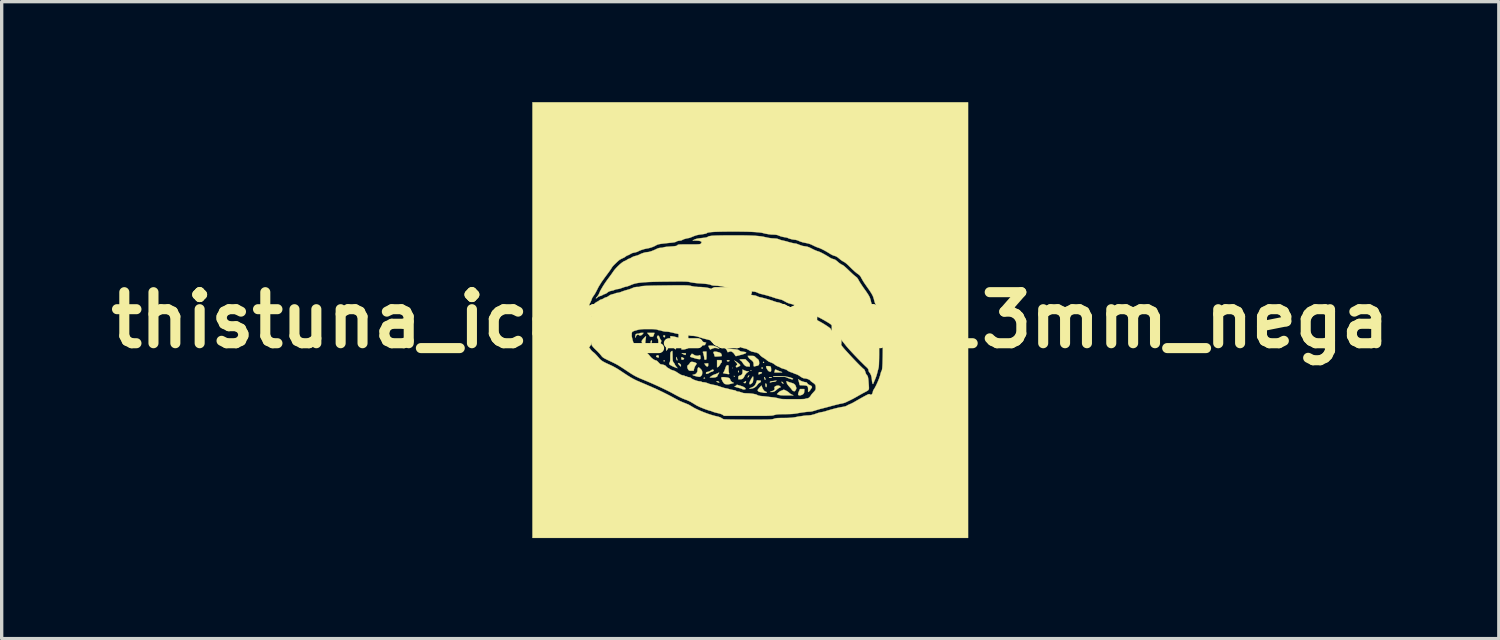
<source format=kicad_pcb>
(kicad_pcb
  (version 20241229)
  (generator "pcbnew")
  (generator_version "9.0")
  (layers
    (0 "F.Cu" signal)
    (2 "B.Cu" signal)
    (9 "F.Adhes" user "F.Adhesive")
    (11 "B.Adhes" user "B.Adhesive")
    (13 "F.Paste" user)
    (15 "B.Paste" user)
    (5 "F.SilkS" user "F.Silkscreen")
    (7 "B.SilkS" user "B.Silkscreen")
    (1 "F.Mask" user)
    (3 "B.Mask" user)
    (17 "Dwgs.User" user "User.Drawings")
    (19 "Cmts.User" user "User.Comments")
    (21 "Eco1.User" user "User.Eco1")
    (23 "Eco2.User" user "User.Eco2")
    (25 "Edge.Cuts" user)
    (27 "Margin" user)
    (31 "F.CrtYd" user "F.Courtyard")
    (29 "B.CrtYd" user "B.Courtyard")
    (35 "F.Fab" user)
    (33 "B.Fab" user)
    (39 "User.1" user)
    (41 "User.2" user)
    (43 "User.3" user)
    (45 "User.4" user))
  (footprint "thistuna_icon_13mmx13mm_nega"
    (layer "F.Cu")
    (at 19.348 6.507)
    (property "Reference" "thistuna_icon_13mmx13mm_nega" (at 0 0 0) (layer "F.SilkS") (effects (font (size 1.524 1.524) (thickness 0.3))))
    (attr through_hole)
    (fp_poly (pts (xy -1.778 0.578) (xy -1.784 0.584) (xy -1.791 0.578) (xy -1.784 0.572) (xy -1.778 0.578)) (stroke (width 0.01) (type solid)) (fill yes) (layer "F.SilkS"))
    (fp_poly (pts (xy -1.689 0.794) (xy -1.695 0.8) (xy -1.702 0.794) (xy -1.695 0.787) (xy -1.689 0.794)) (stroke (width 0.01) (type solid)) (fill yes) (layer "F.SilkS"))
    (fp_poly (pts (xy -0.521 1.429) (xy -0.527 1.435) (xy -0.533 1.429) (xy -0.527 1.422) (xy -0.521 1.429)) (stroke (width 0.01) (type solid)) (fill yes) (layer "F.SilkS"))
    (fp_poly (pts (xy 0.035 1.504) (xy 0.031 1.509) (xy 0.018 1.51) (xy 0.004 1.507) (xy 0.01 1.503) (xy 0.03 1.501) (xy 0.035 1.504)) (stroke (width 0.01) (type solid)) (fill yes) (layer "F.SilkS"))
    (fp_poly (pts (xy 0.405 1.248) (xy 0.412 1.256) (xy 0.409 1.269) (xy 0.4 1.275) (xy 0.384 1.273) (xy 0.381 1.263) (xy 0.389 1.246) (xy 0.405 1.248)) (stroke (width 0.01) (type solid)) (fill yes) (layer "F.SilkS"))
    (fp_poly (pts (xy -2.565 1.204) (xy -2.561 1.213) (xy -2.563 1.229) (xy -2.572 1.232) (xy -2.584 1.223) (xy -2.583 1.213) (xy -2.574 1.196) (xy -2.572 1.194) (xy -2.565 1.204)) (stroke (width 0.01) (type solid)) (fill yes) (layer "F.SilkS"))
    (fp_poly (pts (xy -2.189 1.141) (xy -2.177 1.176) (xy -2.175 1.197) (xy -2.185 1.199) (xy -2.194 1.192) (xy -2.205 1.168) (xy -2.209 1.137) (xy -2.208 1.099) (xy -2.189 1.141)) (stroke (width 0.01) (type solid)) (fill yes) (layer "F.SilkS"))
    (fp_poly (pts (xy -1.356 1.725) (xy -1.35 1.736) (xy -1.365 1.74) (xy -1.372 1.74) (xy -1.392 1.737) (xy -1.39 1.728) (xy -1.387 1.725) (xy -1.37 1.716) (xy -1.356 1.725)) (stroke (width 0.01) (type solid)) (fill yes) (layer "F.SilkS"))
    (fp_poly (pts (xy -0.63 1.199) (xy -0.622 1.213) (xy -0.634 1.228) (xy -0.66 1.232) (xy -0.691 1.226) (xy -0.699 1.213) (xy -0.687 1.198) (xy -0.66 1.194) (xy -0.63 1.199)) (stroke (width 0.01) (type solid)) (fill yes) (layer "F.SilkS"))
    (fp_poly (pts (xy -0.47 1.673) (xy -0.47 1.676) (xy -0.474 1.689) (xy -0.476 1.689) (xy -0.486 1.68) (xy -0.489 1.676) (xy -0.488 1.665) (xy -0.483 1.664) (xy -0.47 1.673)) (stroke (width 0.01) (type solid)) (fill yes) (layer "F.SilkS"))
    (fp_poly (pts (xy -0.344 1.528) (xy -0.345 1.545) (xy -0.35 1.561) (xy -0.356 1.554) (xy -0.359 1.544) (xy -0.364 1.522) (xy -0.362 1.514) (xy -0.351 1.512) (xy -0.344 1.528)) (stroke (width 0.01) (type solid)) (fill yes) (layer "F.SilkS"))
    (fp_poly (pts (xy 0.368 1.42) (xy 0.373 1.429) (xy 0.37 1.444) (xy 0.355 1.448) (xy 0.339 1.44) (xy 0.337 1.424) (xy 0.349 1.411) (xy 0.355 1.41) (xy 0.368 1.42)) (stroke (width 0.01) (type solid)) (fill yes) (layer "F.SilkS"))
    (fp_poly (pts (xy -2.938 0.615) (xy -2.936 0.633) (xy -2.946 0.668) (xy -2.953 0.686) (xy -2.97 0.73) (xy -2.971 0.67) (xy -2.969 0.631) (xy -2.962 0.613) (xy -2.953 0.61) (xy -2.938 0.615)) (stroke (width 0.01) (type solid)) (fill yes) (layer "F.SilkS"))
    (fp_poly (pts (xy -1.257 1.337) (xy -1.259 1.368) (xy -1.269 1.381) (xy -1.286 1.384) (xy -1.315 1.371) (xy -1.342 1.34) (xy -1.369 1.298) (xy -1.313 1.293) (xy -1.257 1.289) (xy -1.257 1.337)) (stroke (width 0.01) (type solid)) (fill yes) (layer "F.SilkS"))
    (fp_poly (pts (xy 0.965 1.852) (xy 0.978 1.868) (xy 0.988 1.893) (xy 0.983 1.898) (xy 0.964 1.885) (xy 0.952 1.873) (xy 0.935 1.852) (xy 0.934 1.843) (xy 0.943 1.841) (xy 0.965 1.852)) (stroke (width 0.01) (type solid)) (fill yes) (layer "F.SilkS"))
    (fp_poly (pts (xy -2.862 0.873) (xy -2.858 0.904) (xy -2.857 0.908) (xy -2.859 0.941) (xy -2.864 0.95) (xy -2.874 0.935) (xy -2.881 0.92) (xy -2.894 0.886) (xy -2.892 0.868) (xy -2.877 0.864) (xy -2.862 0.873)) (stroke (width 0.01) (type solid)) (fill yes) (layer "F.SilkS"))
    (fp_poly (pts (xy -2.548 0.46) (xy -2.542 0.473) (xy -2.55 0.498) (xy -2.563 0.512) (xy -2.573 0.511) (xy -2.589 0.492) (xy -2.595 0.479) (xy -2.595 0.463) (xy -2.577 0.457) (xy -2.571 0.457) (xy -2.548 0.46)) (stroke (width 0.01) (type solid)) (fill yes) (layer "F.SilkS"))
    (fp_poly (pts (xy -0.947 1.835) (xy -0.929 1.85) (xy -0.927 1.857) (xy -0.932 1.865) (xy -0.949 1.862) (xy -0.983 1.849) (xy -1.005 1.837) (xy -1.006 1.829) (xy -0.998 1.825) (xy -0.974 1.824) (xy -0.947 1.835)) (stroke (width 0.01) (type solid)) (fill yes) (layer "F.SilkS"))
    (fp_poly (pts (xy -0.036 1.665) (xy -0.05 1.688) (xy -0.051 1.689) (xy -0.068 1.707) (xy -0.076 1.708) (xy -0.076 1.707) (xy -0.07 1.688) (xy -0.056 1.667) (xy -0.041 1.652) (xy -0.034 1.651) (xy -0.036 1.665)) (stroke (width 0.01) (type solid)) (fill yes) (layer "F.SilkS"))
    (fp_poly (pts (xy 0.637 1.703) (xy 0.644 1.707) (xy 0.626 1.713) (xy 0.6 1.719) (xy 0.571 1.721) (xy 0.559 1.715) (xy 0.559 1.714) (xy 0.57 1.706) (xy 0.598 1.702) (xy 0.605 1.702) (xy 0.637 1.703)) (stroke (width 0.01) (type solid)) (fill yes) (layer "F.SilkS"))
    (fp_poly (pts (xy -1.926 0.991) (xy -1.924 1.001) (xy -1.93 1.025) (xy -1.93 1.03) (xy -1.934 1.039) (xy -1.947 1.038) (xy -1.975 1.027) (xy -1.999 1.016) (xy -2.048 0.993) (xy -1.983 0.989) (xy -1.944 0.988) (xy -1.926 0.991)) (stroke (width 0.01) (type solid)) (fill yes) (layer "F.SilkS"))
    (fp_poly (pts (xy -0.128 1.826) (xy -0.128 1.83) (xy -0.135 1.867) (xy -0.154 1.881) (xy -0.178 1.877) (xy -0.197 1.866) (xy -0.194 1.859) (xy -0.191 1.857) (xy -0.166 1.844) (xy -0.149 1.832) (xy -0.133 1.819) (xy -0.128 1.826)) (stroke (width 0.01) (type solid)) (fill yes) (layer "F.SilkS"))
    (fp_poly (pts (xy 0.437 1.713) (xy 0.446 1.737) (xy 0.45 1.764) (xy 0.447 1.783) (xy 0.445 1.784) (xy 0.437 1.776) (xy 0.426 1.752) (xy 0.424 1.745) (xy 0.417 1.715) (xy 0.42 1.703) (xy 0.426 1.702) (xy 0.437 1.713)) (stroke (width 0.01) (type solid)) (fill yes) (layer "F.SilkS"))
    (fp_poly (pts (xy 0.479 1.903) (xy 0.488 1.93) (xy 0.489 1.964) (xy 0.484 1.983) (xy 0.474 2.002) (xy 0.467 1.997) (xy 0.466 1.994) (xy 0.454 1.95) (xy 0.451 1.915) (xy 0.457 1.895) (xy 0.462 1.892) (xy 0.479 1.903)) (stroke (width 0.01) (type solid)) (fill yes) (layer "F.SilkS"))
    (fp_poly (pts (xy -2.123 1.289) (xy -2.111 1.295) (xy -2.08 1.322) (xy -2.07 1.352) (xy -2.071 1.376) (xy -2.074 1.384) (xy -2.084 1.376) (xy -2.106 1.355) (xy -2.12 1.341) (xy -2.147 1.308) (xy -2.157 1.287) (xy -2.148 1.28) (xy -2.123 1.289)) (stroke (width 0.01) (type solid)) (fill yes) (layer "F.SilkS"))
    (fp_poly (pts (xy -2.028 1.113) (xy -2.005 1.125) (xy -1.98 1.14) (xy -1.976 1.154) (xy -1.982 1.163) (xy -2.006 1.177) (xy -2.027 1.181) (xy -2.049 1.177) (xy -2.057 1.158) (xy -2.057 1.143) (xy -2.056 1.116) (xy -2.048 1.107) (xy -2.028 1.113)) (stroke (width 0.01) (type solid)) (fill yes) (layer "F.SilkS"))
    (fp_poly (pts (xy -2.879 0.438) (xy -2.892 0.473) (xy -2.906 0.49) (xy -2.928 0.495) (xy -2.948 0.495) (xy -2.979 0.493) (xy -2.996 0.486) (xy -2.997 0.483) (xy -3.005 0.467) (xy -3.025 0.44) (xy -3.037 0.426) (xy -3.076 0.381) (xy -2.859 0.381) (xy -2.879 0.438)) (stroke (width 0.01) (type solid)) (fill yes) (layer "F.SilkS"))
    (fp_poly (pts (xy -2.744 1.053) (xy -2.741 1.057) (xy -2.733 1.079) (xy -2.731 1.103) (xy -2.737 1.116) (xy -2.74 1.116) (xy -2.759 1.112) (xy -2.777 1.109) (xy -2.805 1.096) (xy -2.81 1.077) (xy -2.791 1.058) (xy -2.785 1.055) (xy -2.758 1.047) (xy -2.744 1.053)) (stroke (width 0.01) (type solid)) (fill yes) (layer "F.SilkS"))
    (fp_poly (pts (xy -2.489 0.76) (xy -2.463 0.801) (xy -2.454 0.837) (xy -2.464 0.864) (xy -2.467 0.867) (xy -2.486 0.889) (xy -2.491 0.899) (xy -2.501 0.909) (xy -2.505 0.907) (xy -2.51 0.89) (xy -2.513 0.856) (xy -2.514 0.814) (xy -2.514 0.73) (xy -2.489 0.76)) (stroke (width 0.01) (type solid)) (fill yes) (layer "F.SilkS"))
    (fp_poly (pts (xy 0.301 1.552) (xy 0.338 1.559) (xy 0.35 1.571) (xy 0.338 1.586) (xy 0.302 1.603) (xy 0.298 1.605) (xy 0.263 1.616) (xy 0.247 1.618) (xy 0.244 1.611) (xy 0.246 1.605) (xy 0.253 1.576) (xy 0.254 1.567) (xy 0.261 1.554) (xy 0.287 1.551) (xy 0.301 1.552)) (stroke (width 0.01) (type solid)) (fill yes) (layer "F.SilkS"))
    (fp_poly (pts (xy 1.613 2.109) (xy 1.607 2.164) (xy 1.586 2.202) (xy 1.548 2.227) (xy 1.542 2.23) (xy 1.491 2.246) (xy 1.453 2.245) (xy 1.431 2.229) (xy 1.429 2.224) (xy 1.43 2.199) (xy 1.44 2.161) (xy 1.453 2.129) (xy 1.485 2.057) (xy 1.613 2.057) (xy 1.613 2.109)) (stroke (width 0.01) (type solid)) (fill yes) (layer "F.SilkS"))
    (fp_poly (pts (xy -0.881 1.194) (xy -0.86 1.199) (xy -0.852 1.21) (xy -0.851 1.231) (xy -0.851 1.232) (xy -0.854 1.259) (xy -0.863 1.27) (xy -0.863 1.27) (xy -0.875 1.28) (xy -0.892 1.307) (xy -0.902 1.326) (xy -0.925 1.362) (xy -0.95 1.389) (xy -0.96 1.395) (xy -0.991 1.409) (xy -0.991 1.194) (xy -0.921 1.194) (xy -0.881 1.194)) (stroke (width 0.01) (type solid)) (fill yes) (layer "F.SilkS"))
    (fp_poly (pts (xy 0.757 1.477) (xy 0.785 1.487) (xy 0.803 1.495) (xy 0.848 1.515) (xy 0.894 1.532) (xy 0.905 1.536) (xy 0.935 1.547) (xy 0.951 1.555) (xy 0.953 1.557) (xy 0.941 1.559) (xy 0.909 1.561) (xy 0.864 1.562) (xy 0.837 1.562) (xy 0.722 1.562) (xy 0.731 1.521) (xy 0.738 1.491) (xy 0.744 1.475) (xy 0.744 1.475) (xy 0.757 1.477)) (stroke (width 0.01) (type solid)) (fill yes) (layer "F.SilkS"))
    (fp_poly (pts (xy -3.113 0.494) (xy -3.116 0.521) (xy -3.118 0.53) (xy -3.124 0.567) (xy -3.13 0.618) (xy -3.135 0.673) (xy -3.136 0.677) (xy -3.143 0.776) (xy -3.183 0.734) (xy -3.219 0.693) (xy -3.238 0.661) (xy -3.241 0.634) (xy -3.234 0.61) (xy -3.22 0.588) (xy -3.195 0.558) (xy -3.166 0.527) (xy -3.139 0.5) (xy -3.119 0.484) (xy -3.114 0.483) (xy -3.113 0.494)) (stroke (width 0.01) (type solid)) (fill yes) (layer "F.SilkS"))
    (fp_poly (pts (xy 0.085 1.685) (xy 0.088 1.711) (xy 0.087 1.76) (xy 0.087 1.763) (xy 0.083 1.812) (xy 0.077 1.843) (xy 0.066 1.864) (xy 0.048 1.883) (xy 0.044 1.886) (xy 0.008 1.911) (xy -0.014 1.915) (xy -0.024 1.898) (xy -0.025 1.882) (xy -0.019 1.855) (xy -0.002 1.815) (xy 0.021 1.769) (xy 0.046 1.726) (xy 0.07 1.692) (xy 0.078 1.683) (xy 0.085 1.685)) (stroke (width 0.01) (type solid)) (fill yes) (layer "F.SilkS"))
    (fp_poly (pts (xy 0.784 1.808) (xy 0.775 1.817) (xy 0.769 1.822) (xy 0.74 1.835) (xy 0.701 1.841) (xy 0.697 1.841) (xy 0.655 1.845) (xy 0.619 1.853) (xy 0.617 1.854) (xy 0.593 1.86) (xy 0.584 1.852) (xy 0.584 1.849) (xy 0.596 1.835) (xy 0.63 1.826) (xy 0.638 1.824) (xy 0.688 1.818) (xy 0.737 1.811) (xy 0.743 1.81) (xy 0.774 1.806) (xy 0.784 1.808)) (stroke (width 0.01) (type solid)) (fill yes) (layer "F.SilkS"))
    (fp_poly (pts (xy -1.308 1.06) (xy -1.308 1.116) (xy -1.31 1.152) (xy -1.314 1.171) (xy -1.322 1.179) (xy -1.334 1.181) (xy -1.34 1.181) (xy -1.363 1.177) (xy -1.371 1.159) (xy -1.372 1.144) (xy -1.375 1.112) (xy -1.383 1.068) (xy -1.394 1.02) (xy -1.405 0.979) (xy -1.416 0.953) (xy -1.416 0.952) (xy -1.41 0.944) (xy -1.383 0.94) (xy -1.366 0.94) (xy -1.308 0.94) (xy -1.308 1.06)) (stroke (width 0.01) (type solid)) (fill yes) (layer "F.SilkS"))
    (fp_poly (pts (xy 0.569 1.375) (xy 0.599 1.382) (xy 0.607 1.387) (xy 0.616 1.408) (xy 0.621 1.444) (xy 0.622 1.469) (xy 0.622 1.508) (xy 0.617 1.528) (xy 0.605 1.536) (xy 0.587 1.536) (xy 0.558 1.529) (xy 0.53 1.504) (xy 0.518 1.488) (xy 0.495 1.451) (xy 0.479 1.415) (xy 0.476 1.406) (xy 0.472 1.385) (xy 0.478 1.375) (xy 0.499 1.372) (xy 0.529 1.372) (xy 0.569 1.375)) (stroke (width 0.01) (type solid)) (fill yes) (layer "F.SilkS"))
    (fp_poly (pts (xy -3.209 0.412) (xy -3.239 0.442) (xy -3.273 0.458) (xy -3.303 0.458) (xy -3.316 0.449) (xy -3.343 0.433) (xy -3.373 0.437) (xy -3.4 0.46) (xy -3.411 0.483) (xy -3.427 0.527) (xy -3.428 0.474) (xy -3.425 0.436) (xy -3.41 0.416) (xy -3.379 0.407) (xy -3.353 0.406) (xy -3.324 0.402) (xy -3.308 0.394) (xy -3.292 0.386) (xy -3.26 0.382) (xy -3.244 0.381) (xy -3.187 0.381) (xy -3.209 0.412)) (stroke (width 0.01) (type solid)) (fill yes) (layer "F.SilkS"))
    (fp_poly (pts (xy -1.886 0.763) (xy -1.852 0.769) (xy -1.831 0.779) (xy -1.824 0.785) (xy -1.806 0.81) (xy -1.809 0.823) (xy -1.826 0.826) (xy -1.851 0.831) (xy -1.885 0.846) (xy -1.896 0.851) (xy -1.928 0.863) (xy -1.967 0.872) (xy -2.006 0.877) (xy -2.039 0.876) (xy -2.056 0.87) (xy -2.057 0.867) (xy -2.054 0.849) (xy -2.046 0.818) (xy -2.044 0.81) (xy -2.031 0.762) (xy -1.938 0.762) (xy -1.886 0.763)) (stroke (width 0.01) (type solid)) (fill yes) (layer "F.SilkS"))
    (fp_poly (pts (xy -0.297 1.958) (xy -0.226 1.982) (xy -0.175 2.008) (xy -0.146 2.035) (xy -0.14 2.053) (xy -0.15 2.065) (xy -0.177 2.069) (xy -0.21 2.067) (xy -0.242 2.057) (xy -0.248 2.054) (xy -0.271 2.044) (xy -0.312 2.031) (xy -0.363 2.016) (xy -0.381 2.011) (xy -0.426 1.999) (xy -0.458 1.989) (xy -0.472 1.983) (xy -0.471 1.982) (xy -0.449 1.973) (xy -0.425 1.955) (xy -0.397 1.929) (xy -0.297 1.958)) (stroke (width 0.01) (type solid)) (fill yes) (layer "F.SilkS"))
    (fp_poly (pts (xy -0.079 1.232) (xy -0.043 1.269) (xy -0.022 1.297) (xy -0.014 1.322) (xy -0.013 1.34) (xy -0.013 1.384) (xy -0.073 1.383) (xy -0.116 1.379) (xy -0.148 1.364) (xy -0.173 1.342) (xy -0.204 1.307) (xy -0.229 1.271) (xy -0.233 1.263) (xy -0.256 1.23) (xy -0.285 1.207) (xy -0.311 1.19) (xy -0.314 1.178) (xy -0.294 1.171) (xy -0.25 1.169) (xy -0.231 1.168) (xy -0.145 1.168) (xy -0.079 1.232)) (stroke (width 0.01) (type solid)) (fill yes) (layer "F.SilkS"))
    (fp_poly (pts (xy -0.396 1.257) (xy -0.356 1.285) (xy -0.324 1.312) (xy -0.306 1.332) (xy -0.305 1.332) (xy -0.301 1.349) (xy -0.31 1.363) (xy -0.339 1.381) (xy -0.343 1.383) (xy -0.383 1.402) (xy -0.408 1.408) (xy -0.421 1.401) (xy -0.428 1.388) (xy -0.428 1.368) (xy -0.421 1.362) (xy -0.403 1.347) (xy -0.393 1.333) (xy -0.389 1.315) (xy -0.397 1.294) (xy -0.422 1.263) (xy -0.428 1.257) (xy -0.475 1.205) (xy -0.396 1.257)) (stroke (width 0.01) (type solid)) (fill yes) (layer "F.SilkS"))
    (fp_poly (pts (xy 0.357 2.013) (xy 0.386 2.072) (xy 0.42 2.114) (xy 0.455 2.135) (xy 0.461 2.136) (xy 0.485 2.146) (xy 0.492 2.156) (xy 0.485 2.166) (xy 0.46 2.17) (xy 0.424 2.17) (xy 0.386 2.164) (xy 0.368 2.159) (xy 0.331 2.151) (xy 0.297 2.148) (xy 0.262 2.139) (xy 0.234 2.12) (xy 0.221 2.096) (xy 0.224 2.078) (xy 0.239 2.059) (xy 0.264 2.029) (xy 0.284 2.006) (xy 0.334 1.953) (xy 0.357 2.013)) (stroke (width 0.01) (type solid)) (fill yes) (layer "F.SilkS"))
    (fp_poly (pts (xy -0.929 1.573) (xy -0.942 1.596) (xy -0.953 1.609) (xy -0.97 1.637) (xy -0.978 1.658) (xy -0.978 1.658) (xy -0.99 1.684) (xy -1.025 1.702) (xy -1.081 1.712) (xy -1.13 1.714) (xy -1.177 1.713) (xy -1.203 1.711) (xy -1.208 1.706) (xy -1.2 1.7) (xy -1.17 1.68) (xy -1.149 1.664) (xy -1.123 1.647) (xy -1.083 1.629) (xy -1.054 1.619) (xy -1.01 1.603) (xy -0.972 1.587) (xy -0.956 1.578) (xy -0.933 1.566) (xy -0.929 1.573)) (stroke (width 0.01) (type solid)) (fill yes) (layer "F.SilkS"))
    (fp_poly (pts (xy 0.877 1.966) (xy 0.894 1.98) (xy 0.908 1.997) (xy 0.901 2.006) (xy 0.882 2.012) (xy 0.855 2.025) (xy 0.819 2.05) (xy 0.796 2.069) (xy 0.749 2.109) (xy 0.711 2.132) (xy 0.675 2.143) (xy 0.639 2.145) (xy 0.591 2.145) (xy 0.641 2.126) (xy 0.695 2.101) (xy 0.724 2.073) (xy 0.729 2.044) (xy 0.725 2.034) (xy 0.721 2.007) (xy 0.737 1.983) (xy 0.767 1.966) (xy 0.804 1.956) (xy 0.842 1.955) (xy 0.877 1.966)) (stroke (width 0.01) (type solid)) (fill yes) (layer "F.SilkS"))
    (fp_poly (pts (xy -1.104 1.482) (xy -1.092 1.501) (xy -1.092 1.504) (xy -1.104 1.52) (xy -1.137 1.534) (xy -1.146 1.537) (xy -1.182 1.549) (xy -1.208 1.562) (xy -1.213 1.567) (xy -1.233 1.58) (xy -1.266 1.594) (xy -1.273 1.596) (xy -1.304 1.604) (xy -1.317 1.602) (xy -1.321 1.587) (xy -1.321 1.58) (xy -1.315 1.557) (xy -1.294 1.55) (xy -1.288 1.549) (xy -1.248 1.542) (xy -1.201 1.521) (xy -1.158 1.494) (xy -1.153 1.489) (xy -1.127 1.477) (xy -1.104 1.482)) (stroke (width 0.01) (type solid)) (fill yes) (layer "F.SilkS"))
    (fp_poly (pts (xy -1.089 0.768) (xy -1.022 0.79) (xy -1.011 0.795) (xy -0.971 0.815) (xy -0.942 0.832) (xy -0.929 0.845) (xy -0.932 0.85) (xy -0.954 0.846) (xy -1.018 0.831) (xy -1.071 0.83) (xy -1.121 0.844) (xy -1.134 0.85) (xy -1.168 0.865) (xy -1.191 0.874) (xy -1.196 0.876) (xy -1.204 0.866) (xy -1.219 0.841) (xy -1.227 0.826) (xy -1.242 0.795) (xy -1.248 0.773) (xy -1.247 0.769) (xy -1.232 0.765) (xy -1.199 0.763) (xy -1.161 0.762) (xy -1.089 0.768)) (stroke (width 0.01) (type solid)) (fill yes) (layer "F.SilkS"))
    (fp_poly (pts (xy 1.01 2.08) (xy 1.04 2.092) (xy 1.067 2.105) (xy 1.109 2.129) (xy 1.144 2.154) (xy 1.159 2.168) (xy 1.186 2.192) (xy 1.223 2.215) (xy 1.236 2.221) (xy 1.289 2.246) (xy 1.086 2.246) (xy 0.999 2.245) (xy 0.933 2.243) (xy 0.886 2.238) (xy 0.853 2.232) (xy 0.84 2.227) (xy 0.797 2.208) (xy 0.839 2.164) (xy 0.872 2.136) (xy 0.904 2.116) (xy 0.914 2.112) (xy 0.95 2.099) (xy 0.972 2.087) (xy 0.99 2.079) (xy 1.01 2.08)) (stroke (width 0.01) (type solid)) (fill yes) (layer "F.SilkS"))
    (fp_poly (pts (xy -0.663 1.348) (xy -0.654 1.355) (xy -0.649 1.374) (xy -0.648 1.409) (xy -0.648 1.447) (xy -0.646 1.5) (xy -0.642 1.546) (xy -0.636 1.577) (xy -0.635 1.58) (xy -0.629 1.604) (xy -0.637 1.611) (xy -0.651 1.611) (xy -0.68 1.608) (xy -0.721 1.601) (xy -0.746 1.596) (xy -0.813 1.581) (xy -0.792 1.551) (xy -0.775 1.52) (xy -0.759 1.478) (xy -0.755 1.469) (xy -0.736 1.41) (xy -0.718 1.372) (xy -0.7 1.352) (xy -0.679 1.346) (xy -0.677 1.346) (xy -0.663 1.348)) (stroke (width 0.01) (type solid)) (fill yes) (layer "F.SilkS"))
    (fp_poly (pts (xy -0.185 1.498) (xy -0.143 1.515) (xy -0.095 1.526) (xy -0.087 1.527) (xy -0.054 1.53) (xy -0.044 1.534) (xy -0.053 1.54) (xy -0.064 1.545) (xy -0.112 1.579) (xy -0.154 1.632) (xy -0.171 1.664) (xy -0.198 1.716) (xy -0.227 1.748) (xy -0.264 1.763) (xy -0.297 1.765) (xy -0.356 1.765) (xy -0.356 1.717) (xy -0.354 1.685) (xy -0.343 1.668) (xy -0.317 1.656) (xy -0.305 1.653) (xy -0.264 1.635) (xy -0.24 1.607) (xy -0.23 1.565) (xy -0.229 1.531) (xy -0.229 1.474) (xy -0.185 1.498)) (stroke (width 0.01) (type solid)) (fill yes) (layer "F.SilkS"))
    (fp_poly (pts (xy 0.256 1.802) (xy 0.291 1.805) (xy 0.312 1.809) (xy 0.315 1.81) (xy 0.317 1.827) (xy 0.305 1.849) (xy 0.284 1.867) (xy 0.273 1.872) (xy 0.245 1.889) (xy 0.224 1.915) (xy 0.186 1.966) (xy 0.134 2.008) (xy 0.09 2.03) (xy 0.056 2.039) (xy 0.02 2.044) (xy -0.009 2.045) (xy -0.025 2.041) (xy -0.025 2.039) (xy -0.014 2.033) (xy 0.013 2.022) (xy 0.036 2.014) (xy 0.095 1.986) (xy 0.138 1.947) (xy 0.169 1.89) (xy 0.179 1.865) (xy 0.201 1.798) (xy 0.256 1.802)) (stroke (width 0.01) (type solid)) (fill yes) (layer "F.SilkS"))
    (fp_poly (pts (xy -1.706 1.249) (xy -1.666 1.26) (xy -1.63 1.274) (xy -1.607 1.288) (xy -1.603 1.294) (xy -1.607 1.312) (xy -1.624 1.339) (xy -1.629 1.346) (xy -1.651 1.381) (xy -1.67 1.427) (xy -1.676 1.447) (xy -1.692 1.511) (xy -1.759 1.511) (xy -1.801 1.51) (xy -1.826 1.502) (xy -1.845 1.486) (xy -1.853 1.474) (xy -1.873 1.435) (xy -1.88 1.395) (xy -1.874 1.361) (xy -1.856 1.341) (xy -1.853 1.34) (xy -1.829 1.322) (xy -1.812 1.297) (xy -1.793 1.263) (xy -1.768 1.248) (xy -1.74 1.245) (xy -1.706 1.249)) (stroke (width 0.01) (type solid)) (fill yes) (layer "F.SilkS"))
    (fp_poly (pts (xy -0.995 0.947) (xy -0.944 0.96) (xy -0.934 0.963) (xy -0.894 0.979) (xy -0.872 0.996) (xy -0.86 1.021) (xy -0.859 1.026) (xy -0.852 1.055) (xy -0.852 1.071) (xy -0.852 1.072) (xy -0.866 1.074) (xy -0.9 1.078) (xy -0.946 1.082) (xy -0.962 1.083) (xy -1.013 1.086) (xy -1.045 1.086) (xy -1.06 1.082) (xy -1.066 1.073) (xy -1.067 1.065) (xy -1.073 1.036) (xy -1.086 1.002) (xy -1.086 1.002) (xy -1.098 0.973) (xy -1.099 0.953) (xy -1.098 0.952) (xy -1.079 0.943) (xy -1.043 0.941) (xy -0.995 0.947)) (stroke (width 0.01) (type solid)) (fill yes) (layer "F.SilkS"))
    (fp_poly (pts (xy -0.748 1.705) (xy -0.692 1.713) (xy -0.676 1.716) (xy -0.637 1.727) (xy -0.616 1.74) (xy -0.603 1.763) (xy -0.598 1.78) (xy -0.578 1.821) (xy -0.543 1.849) (xy -0.536 1.853) (xy -0.489 1.877) (xy -0.527 1.886) (xy -0.569 1.897) (xy -0.602 1.906) (xy -0.654 1.916) (xy -0.708 1.916) (xy -0.754 1.907) (xy -0.772 1.898) (xy -0.796 1.873) (xy -0.822 1.833) (xy -0.845 1.788) (xy -0.86 1.748) (xy -0.864 1.728) (xy -0.86 1.712) (xy -0.846 1.704) (xy -0.815 1.702) (xy -0.801 1.702) (xy -0.748 1.705)) (stroke (width 0.01) (type solid)) (fill yes) (layer "F.SilkS"))
    (fp_poly (pts (xy -1.725 1.01) (xy -1.697 1.026) (xy -1.684 1.035) (xy -1.641 1.056) (xy -1.595 1.066) (xy -1.554 1.065) (xy -1.528 1.053) (xy -1.508 1.044) (xy -1.494 1.057) (xy -1.487 1.092) (xy -1.486 1.112) (xy -1.486 1.143) (xy -1.492 1.16) (xy -1.508 1.166) (xy -1.54 1.163) (xy -1.568 1.16) (xy -1.6 1.153) (xy -1.646 1.141) (xy -1.689 1.128) (xy -1.733 1.114) (xy -1.769 1.103) (xy -1.787 1.097) (xy -1.794 1.087) (xy -1.784 1.062) (xy -1.777 1.048) (xy -1.758 1.02) (xy -1.743 1.004) (xy -1.74 1.003) (xy -1.725 1.01)) (stroke (width 0.01) (type solid)) (fill yes) (layer "F.SilkS"))
    (fp_poly (pts (xy -2.74 0.464) (xy -2.721 0.489) (xy -2.706 0.524) (xy -2.691 0.562) (xy -2.675 0.589) (xy -2.668 0.597) (xy -2.657 0.607) (xy -2.657 0.627) (xy -2.666 0.662) (xy -2.666 0.663) (xy -2.682 0.711) (xy -2.701 0.761) (xy -2.705 0.768) (xy -2.72 0.804) (xy -2.732 0.833) (xy -2.734 0.838) (xy -2.737 0.834) (xy -2.74 0.809) (xy -2.741 0.767) (xy -2.742 0.716) (xy -2.743 0.651) (xy -2.746 0.606) (xy -2.751 0.576) (xy -2.76 0.555) (xy -2.767 0.545) (xy -2.783 0.518) (xy -2.78 0.492) (xy -2.778 0.486) (xy -2.76 0.463) (xy -2.74 0.464)) (stroke (width 0.01) (type solid)) (fill yes) (layer "F.SilkS"))
    (fp_poly (pts (xy -1.527 1.418) (xy -1.501 1.44) (xy -1.482 1.458) (xy -1.454 1.49) (xy -1.44 1.518) (xy -1.435 1.554) (xy -1.435 1.57) (xy -1.438 1.613) (xy -1.448 1.641) (xy -1.47 1.666) (xy -1.49 1.683) (xy -1.507 1.692) (xy -1.53 1.692) (xy -1.566 1.686) (xy -1.587 1.682) (xy -1.636 1.67) (xy -1.678 1.658) (xy -1.702 1.648) (xy -1.721 1.638) (xy -1.721 1.633) (xy -1.699 1.629) (xy -1.686 1.628) (xy -1.639 1.612) (xy -1.6 1.578) (xy -1.578 1.533) (xy -1.575 1.507) (xy -1.571 1.458) (xy -1.561 1.424) (xy -1.546 1.41) (xy -1.544 1.41) (xy -1.527 1.418)) (stroke (width 0.01) (type solid)) (fill yes) (layer "F.SilkS"))
    (fp_poly (pts (xy 0.068 1.068) (xy 0.101 1.071) (xy 0.124 1.081) (xy 0.146 1.098) (xy 0.157 1.108) (xy 0.19 1.138) (xy 0.221 1.163) (xy 0.229 1.169) (xy 0.248 1.19) (xy 0.26 1.225) (xy 0.264 1.255) (xy 0.265 1.305) (xy 0.254 1.337) (xy 0.229 1.355) (xy 0.2 1.363) (xy 0.161 1.371) (xy 0.13 1.379) (xy 0.114 1.382) (xy 0.105 1.375) (xy 0.102 1.352) (xy 0.102 1.321) (xy 0.098 1.278) (xy 0.083 1.243) (xy 0.055 1.21) (xy 0.008 1.173) (xy -0.005 1.165) (xy -0.035 1.136) (xy -0.057 1.104) (xy -0.077 1.067) (xy 0.018 1.067) (xy 0.068 1.068)) (stroke (width 0.01) (type solid)) (fill yes) (layer "F.SilkS"))
    (fp_poly (pts (xy 0.849 1.676) (xy 0.917 1.678) (xy 0.986 1.682) (xy 1.051 1.687) (xy 1.107 1.694) (xy 1.148 1.701) (xy 1.2 1.716) (xy 1.242 1.731) (xy 1.269 1.745) (xy 1.279 1.756) (xy 1.27 1.764) (xy 1.25 1.765) (xy 1.22 1.76) (xy 1.176 1.746) (xy 1.128 1.727) (xy 1.127 1.726) (xy 1.092 1.711) (xy 1.063 1.701) (xy 1.035 1.694) (xy 1.001 1.691) (xy 0.955 1.69) (xy 0.892 1.691) (xy 0.858 1.692) (xy 0.794 1.692) (xy 0.74 1.692) (xy 0.702 1.69) (xy 0.683 1.687) (xy 0.681 1.686) (xy 0.697 1.68) (xy 0.734 1.677) (xy 0.786 1.675) (xy 0.849 1.676)) (stroke (width 0.01) (type solid)) (fill yes) (layer "F.SilkS"))
    (fp_poly (pts (xy -1.637 0.588) (xy -1.578 0.599) (xy -1.505 0.62) (xy -1.505 0.62) (xy -1.449 0.638) (xy -1.397 0.653) (xy -1.358 0.664) (xy -1.347 0.667) (xy -1.32 0.674) (xy -1.316 0.681) (xy -1.325 0.688) (xy -1.343 0.71) (xy -1.346 0.725) (xy -1.348 0.737) (xy -1.359 0.744) (xy -1.382 0.748) (xy -1.424 0.749) (xy -1.445 0.748) (xy -1.495 0.747) (xy -1.537 0.744) (xy -1.563 0.74) (xy -1.565 0.739) (xy -1.585 0.726) (xy -1.616 0.701) (xy -1.648 0.672) (xy -1.683 0.64) (xy -1.715 0.615) (xy -1.734 0.603) (xy -1.743 0.596) (xy -1.732 0.591) (xy -1.699 0.588) (xy -1.689 0.587) (xy -1.637 0.588)) (stroke (width 0.01) (type solid)) (fill yes) (layer "F.SilkS"))
    (fp_poly (pts (xy 1.113 1.833) (xy 1.149 1.848) (xy 1.193 1.863) (xy 1.206 1.866) (xy 1.27 1.885) (xy 1.313 1.908) (xy 1.341 1.936) (xy 1.36 1.976) (xy 1.362 1.982) (xy 1.373 2.02) (xy 1.374 2.045) (xy 1.366 2.067) (xy 1.358 2.08) (xy 1.337 2.112) (xy 1.318 2.124) (xy 1.295 2.119) (xy 1.28 2.112) (xy 1.255 2.096) (xy 1.245 2.082) (xy 1.245 2.082) (xy 1.236 2.068) (xy 1.215 2.04) (xy 1.183 2.004) (xy 1.168 1.988) (xy 1.134 1.948) (xy 1.108 1.912) (xy 1.094 1.887) (xy 1.092 1.881) (xy 1.088 1.848) (xy 1.084 1.835) (xy 1.081 1.822) (xy 1.089 1.821) (xy 1.113 1.833)) (stroke (width 0.01) (type solid)) (fill yes) (layer "F.SilkS"))
    (fp_poly (pts (xy -2.321 0.484) (xy -2.267 0.494) (xy -2.21 0.508) (xy -2.192 0.514) (xy -2.139 0.526) (xy -2.082 0.534) (xy -2.065 0.534) (xy -2.019 0.537) (xy -1.96 0.544) (xy -1.905 0.552) (xy -1.81 0.569) (xy -1.924 0.57) (xy -1.979 0.572) (xy -2.026 0.574) (xy -2.059 0.578) (xy -2.066 0.579) (xy -2.095 0.598) (xy -2.127 0.639) (xy -2.16 0.697) (xy -2.191 0.77) (xy -2.196 0.782) (xy -2.229 0.873) (xy -2.283 0.827) (xy -2.337 0.78) (xy -2.337 0.69) (xy -2.339 0.637) (xy -2.345 0.6) (xy -2.358 0.574) (xy -2.362 0.568) (xy -2.38 0.535) (xy -2.388 0.505) (xy -2.386 0.487) (xy -2.378 0.479) (xy -2.356 0.479) (xy -2.321 0.484)) (stroke (width 0.01) (type solid)) (fill yes) (layer "F.SilkS"))
    (fp_poly (pts (xy 1.468 1.789) (xy 1.506 1.811) (xy 1.557 1.832) (xy 1.611 1.847) (xy 1.657 1.854) (xy 1.66 1.854) (xy 1.689 1.865) (xy 1.701 1.884) (xy 1.722 1.91) (xy 1.765 1.936) (xy 1.777 1.941) (xy 1.816 1.96) (xy 1.835 1.977) (xy 1.841 1.997) (xy 1.841 2.001) (xy 1.837 2.024) (xy 1.828 2.032) (xy 1.815 2.043) (xy 1.802 2.067) (xy 1.782 2.101) (xy 1.758 2.125) (xy 1.727 2.147) (xy 1.727 2.073) (xy 1.725 2.02) (xy 1.715 1.984) (xy 1.694 1.963) (xy 1.657 1.951) (xy 1.6 1.946) (xy 1.585 1.945) (xy 1.478 1.941) (xy 1.464 1.888) (xy 1.453 1.845) (xy 1.443 1.805) (xy 1.442 1.799) (xy 1.434 1.763) (xy 1.468 1.789)) (stroke (width 0.01) (type solid)) (fill yes) (layer "F.SilkS"))
    (fp_poly (pts (xy -2.326 0.933) (xy -2.323 0.968) (xy -2.321 1.018) (xy -2.32 1.077) (xy -2.32 1.077) (xy -2.318 1.143) (xy -2.316 1.189) (xy -2.312 1.22) (xy -2.305 1.24) (xy -2.294 1.256) (xy -2.291 1.259) (xy -2.268 1.291) (xy -2.255 1.318) (xy -2.241 1.346) (xy -2.217 1.38) (xy -2.207 1.391) (xy -2.186 1.417) (xy -2.174 1.432) (xy -2.174 1.434) (xy -2.187 1.43) (xy -2.216 1.42) (xy -2.229 1.415) (xy -2.288 1.391) (xy -2.342 1.366) (xy -2.385 1.342) (xy -2.412 1.321) (xy -2.418 1.313) (xy -2.417 1.288) (xy -2.407 1.266) (xy -2.397 1.244) (xy -2.391 1.208) (xy -2.388 1.154) (xy -2.388 1.102) (xy -2.387 1.04) (xy -2.385 0.998) (xy -2.38 0.971) (xy -2.373 0.952) (xy -2.361 0.939) (xy -2.341 0.922) (xy -2.328 0.919) (xy -2.326 0.933)) (stroke (width 0.01) (type solid)) (fill yes) (layer "F.SilkS"))
    (fp_poly (pts (xy -0.796 0.794) (xy -0.766 0.805) (xy -0.731 0.82) (xy -0.689 0.837) (xy -0.642 0.849) (xy -0.585 0.858) (xy -0.51 0.866) (xy -0.445 0.871) (xy -0.399 0.877) (xy -0.368 0.884) (xy -0.347 0.894) (xy -0.33 0.907) (xy -0.302 0.926) (xy -0.263 0.938) (xy -0.218 0.944) (xy -0.161 0.951) (xy -0.129 0.961) (xy -0.122 0.974) (xy -0.14 0.99) (xy -0.184 1.008) (xy -0.252 1.029) (xy -0.298 1.041) (xy -0.349 1.054) (xy -0.392 1.065) (xy -0.42 1.073) (xy -0.426 1.075) (xy -0.44 1.069) (xy -0.455 1.046) (xy -0.456 1.044) (xy -0.483 1.001) (xy -0.52 0.962) (xy -0.561 0.937) (xy -0.568 0.934) (xy -0.603 0.934) (xy -0.636 0.945) (xy -0.662 0.956) (xy -0.675 0.955) (xy -0.681 0.942) (xy -0.703 0.89) (xy -0.732 0.853) (xy -0.745 0.844) (xy -0.775 0.827) (xy -0.799 0.808) (xy -0.809 0.794) (xy -0.809 0.792) (xy -0.796 0.794)) (stroke (width 0.01) (type solid)) (fill yes) (layer "F.SilkS"))
    (fp_poly (pts (xy 6.502 6.502) (xy -6.502 6.502) (xy -6.502 0.269) (xy -4.917 0.269) (xy -4.917 0.354) (xy -4.913 0.434) (xy -4.906 0.502) (xy -4.896 0.554) (xy -4.891 0.569) (xy -4.875 0.617) (xy -4.86 0.673) (xy -4.853 0.705) (xy -4.841 0.752) (xy -4.825 0.793) (xy -4.813 0.813) (xy -4.787 0.847) (xy -4.762 0.884) (xy -4.762 0.884) (xy -4.734 0.917) (xy -4.698 0.949) (xy -4.687 0.957) (xy -4.658 0.98) (xy -4.619 1.018) (xy -4.576 1.064) (xy -4.547 1.098) (xy -4.512 1.138) (xy -4.481 1.171) (xy -4.449 1.199) (xy -4.413 1.225) (xy -4.368 1.251) (xy -4.311 1.28) (xy -4.238 1.314) (xy -4.156 1.351) (xy -4.097 1.38) (xy -4.026 1.419) (xy -3.951 1.463) (xy -3.881 1.508) (xy -3.873 1.514) (xy -3.763 1.587) (xy -3.67 1.648) (xy -3.589 1.699) (xy -3.514 1.742) (xy -3.443 1.779) (xy -3.37 1.814) (xy -3.291 1.848) (xy -3.271 1.856) (xy -3.103 1.927) (xy -2.936 2) (xy -2.776 2.072) (xy -2.625 2.143) (xy -2.489 2.211) (xy -2.369 2.273) (xy -2.301 2.31) (xy -2.191 2.37) (xy -2.091 2.42) (xy -2.004 2.457) (xy -1.97 2.47) (xy -1.84 2.523) (xy -1.732 2.587) (xy -1.667 2.625) (xy -1.582 2.667) (xy -1.484 2.711) (xy -1.378 2.754) (xy -1.27 2.794) (xy -1.164 2.829) (xy -1.067 2.857) (xy -0.989 2.875) (xy -0.939 2.888) (xy -0.893 2.904) (xy -0.867 2.919) (xy -0.832 2.941) (xy -0.8 2.957) (xy -0.798 2.958) (xy -0.78 2.961) (xy -0.737 2.963) (xy -0.674 2.965) (xy -0.591 2.967) (xy -0.491 2.968) (xy -0.375 2.97) (xy -0.246 2.97) (xy -0.105 2.971) (xy -0.069 2.971) (xy 0.083 2.971) (xy 0.211 2.971) (xy 0.319 2.971) (xy 0.407 2.97) (xy 0.479 2.97) (xy 0.536 2.968) (xy 0.582 2.966) (xy 0.617 2.964) (xy 0.644 2.961) (xy 0.666 2.957) (xy 0.684 2.953) (xy 0.701 2.948) (xy 0.705 2.946) (xy 0.736 2.937) (xy 0.769 2.93) (xy 0.808 2.925) (xy 0.859 2.923) (xy 0.925 2.921) (xy 1.002 2.921) (xy 1.101 2.92) (xy 1.181 2.917) (xy 1.248 2.912) (xy 1.308 2.904) (xy 1.346 2.897) (xy 1.438 2.879) (xy 1.532 2.865) (xy 1.62 2.853) (xy 1.696 2.846) (xy 1.741 2.845) (xy 1.817 2.836) (xy 1.908 2.813) (xy 1.988 2.784) (xy 2.04 2.767) (xy 2.098 2.753) (xy 2.121 2.749) (xy 2.172 2.74) (xy 2.222 2.728) (xy 2.241 2.722) (xy 2.302 2.702) (xy 2.378 2.68) (xy 2.46 2.657) (xy 2.544 2.635) (xy 2.624 2.616) (xy 2.692 2.602) (xy 2.743 2.593) (xy 2.746 2.593) (xy 2.807 2.582) (xy 2.856 2.568) (xy 2.879 2.556) (xy 2.913 2.537) (xy 2.957 2.516) (xy 2.973 2.51) (xy 3.015 2.492) (xy 3.067 2.466) (xy 3.113 2.44) (xy 3.189 2.396) (xy 3.269 2.35) (xy 3.346 2.307) (xy 3.415 2.269) (xy 3.47 2.24) (xy 3.486 2.232) (xy 3.524 2.214) (xy 3.548 2.208) (xy 3.566 2.212) (xy 3.577 2.219) (xy 3.599 2.23) (xy 3.617 2.224) (xy 3.631 2.211) (xy 3.651 2.179) (xy 3.658 2.148) (xy 3.665 2.115) (xy 3.684 2.077) (xy 3.689 2.069) (xy 3.718 2.023) (xy 3.752 1.959) (xy 3.787 1.884) (xy 3.822 1.804) (xy 3.852 1.727) (xy 3.875 1.658) (xy 3.887 1.613) (xy 3.898 1.571) (xy 3.909 1.538) (xy 3.915 1.526) (xy 3.924 1.512) (xy 3.931 1.49) (xy 3.937 1.458) (xy 3.942 1.415) (xy 3.946 1.358) (xy 3.95 1.285) (xy 3.952 1.196) (xy 3.955 1.087) (xy 3.957 0.956) (xy 3.958 0.802) (xy 3.958 0.783) (xy 3.963 0.187) (xy 3.925 0.094) (xy 3.904 0.037) (xy 3.89 -0.017) (xy 3.886 -0.053) (xy 3.881 -0.095) (xy 3.867 -0.146) (xy 3.853 -0.184) (xy 3.833 -0.236) (xy 3.817 -0.291) (xy 3.809 -0.323) (xy 3.793 -0.376) (xy 3.767 -0.429) (xy 3.759 -0.44) (xy 3.728 -0.498) (xy 3.703 -0.576) (xy 3.697 -0.602) (xy 3.684 -0.652) (xy 3.668 -0.7) (xy 3.646 -0.748) (xy 3.616 -0.801) (xy 3.577 -0.863) (xy 3.525 -0.938) (xy 3.474 -1.01) (xy 3.431 -1.072) (xy 3.388 -1.136) (xy 3.351 -1.196) (xy 3.325 -1.243) (xy 3.297 -1.295) (xy 3.272 -1.331) (xy 3.241 -1.359) (xy 3.204 -1.385) (xy 3.169 -1.411) (xy 3.121 -1.451) (xy 3.067 -1.5) (xy 3.011 -1.554) (xy 2.991 -1.574) (xy 2.921 -1.643) (xy 2.865 -1.693) (xy 2.819 -1.727) (xy 2.788 -1.745) (xy 2.745 -1.769) (xy 2.696 -1.804) (xy 2.653 -1.839) (xy 2.603 -1.88) (xy 2.559 -1.906) (xy 2.52 -1.918) (xy 2.473 -1.933) (xy 2.421 -1.958) (xy 2.394 -1.974) (xy 2.327 -2.016) (xy 2.257 -2.057) (xy 2.187 -2.095) (xy 2.123 -2.127) (xy 2.072 -2.15) (xy 2.045 -2.159) (xy 2.008 -2.171) (xy 1.957 -2.192) (xy 1.901 -2.218) (xy 1.875 -2.231) (xy 1.803 -2.265) (xy 1.739 -2.287) (xy 1.67 -2.302) (xy 1.653 -2.305) (xy 1.564 -2.324) (xy 1.482 -2.351) (xy 1.46 -2.361) (xy 1.413 -2.381) (xy 1.367 -2.395) (xy 1.335 -2.4) (xy 1.299 -2.404) (xy 1.251 -2.412) (xy 1.201 -2.424) (xy 1.157 -2.437) (xy 1.127 -2.45) (xy 1.121 -2.453) (xy 1.102 -2.461) (xy 1.065 -2.47) (xy 1.019 -2.477) (xy 0.961 -2.488) (xy 0.901 -2.505) (xy 0.863 -2.52) (xy 0.806 -2.542) (xy 0.748 -2.551) (xy 0.708 -2.553) (xy 0.625 -2.556) (xy 0.536 -2.567) (xy 0.451 -2.582) (xy 0.381 -2.6) (xy 0.334 -2.611) (xy 0.263 -2.62) (xy 0.17 -2.628) (xy 0.054 -2.635) (xy -0.081 -2.64) (xy -0.236 -2.643) (xy -0.409 -2.645) (xy -0.514 -2.645) (xy -0.69 -2.644) (xy -0.841 -2.642) (xy -0.968 -2.639) (xy -1.074 -2.635) (xy -1.157 -2.629) (xy -1.22 -2.622) (xy -1.264 -2.614) (xy -1.288 -2.604) (xy -1.291 -2.602) (xy -1.304 -2.593) (xy -1.323 -2.585) (xy -1.351 -2.578) (xy -1.393 -2.57) (xy -1.452 -2.562) (xy -1.521 -2.553) (xy -1.611 -2.534) (xy -1.705 -2.5) (xy -1.713 -2.496) (xy -1.761 -2.476) (xy -1.802 -2.46) (xy -1.83 -2.452) (xy -1.835 -2.451) (xy -1.866 -2.447) (xy -1.909 -2.438) (xy -1.954 -2.425) (xy -1.994 -2.412) (xy -2.02 -2.399) (xy -2.026 -2.395) (xy -2.045 -2.385) (xy -2.08 -2.376) (xy -2.111 -2.373) (xy -2.155 -2.366) (xy -2.192 -2.355) (xy -2.206 -2.347) (xy -2.219 -2.338) (xy -2.238 -2.331) (xy -2.267 -2.325) (xy -2.31 -2.318) (xy -2.369 -2.311) (xy -2.448 -2.303) (xy -2.489 -2.299) (xy -2.587 -2.288) (xy -2.664 -2.278) (xy -2.721 -2.268) (xy -2.763 -2.258) (xy -2.792 -2.245) (xy -2.8 -2.24) (xy -2.864 -2.206) (xy -2.939 -2.175) (xy -3.014 -2.153) (xy -3.048 -2.146) (xy -3.108 -2.135) (xy -3.175 -2.119) (xy -3.24 -2.099) (xy -3.296 -2.078) (xy -3.337 -2.059) (xy -3.343 -2.055) (xy -3.375 -2.039) (xy -3.421 -2.026) (xy -3.455 -2.019) (xy -3.52 -2.004) (xy -3.57 -1.98) (xy -3.573 -1.978) (xy -3.61 -1.955) (xy -3.647 -1.939) (xy -3.651 -1.938) (xy -3.689 -1.922) (xy -3.721 -1.9) (xy -3.753 -1.877) (xy -3.795 -1.855) (xy -3.81 -1.849) (xy -3.856 -1.827) (xy -3.901 -1.801) (xy -3.911 -1.793) (xy -3.943 -1.767) (xy -3.983 -1.73) (xy -4.026 -1.689) (xy -4.067 -1.649) (xy -4.1 -1.614) (xy -4.119 -1.59) (xy -4.121 -1.588) (xy -4.161 -1.524) (xy -4.215 -1.447) (xy -4.279 -1.36) (xy -4.336 -1.284) (xy -4.44 -1.139) (xy -4.528 -0.996) (xy -4.592 -0.871) (xy -4.62 -0.817) (xy -4.654 -0.761) (xy -4.675 -0.731) (xy -4.703 -0.691) (xy -4.724 -0.652) (xy -4.732 -0.63) (xy -4.742 -0.601) (xy -4.76 -0.558) (xy -4.784 -0.509) (xy -4.79 -0.496) (xy -4.816 -0.443) (xy -4.831 -0.405) (xy -4.835 -0.375) (xy -4.833 -0.356) (xy -4.832 -0.317) (xy -4.837 -0.261) (xy -4.846 -0.195) (xy -4.859 -0.126) (xy -4.873 -0.061) (xy -4.889 -0.008) (xy -4.891 -0.003) (xy -4.902 0.043) (xy -4.91 0.108) (xy -4.915 0.185) (xy -4.917 0.269) (xy -6.502 0.269) (xy -6.502 -6.502) (xy 6.502 -6.502) (xy 6.502 6.502)) (stroke (width 0.01) (type solid)) (fill yes) (layer "F.SilkS"))
    (fp_poly (pts (xy -0.305 -2.53) (xy -0.138 -2.528) (xy 0.005 -2.524) (xy 0.128 -2.519) (xy 0.231 -2.511) (xy 0.315 -2.502) (xy 0.382 -2.491) (xy 0.406 -2.486) (xy 0.536 -2.457) (xy 0.647 -2.442) (xy 0.722 -2.438) (xy 0.799 -2.431) (xy 0.848 -2.415) (xy 0.888 -2.399) (xy 0.939 -2.383) (xy 0.972 -2.376) (xy 1.025 -2.364) (xy 1.078 -2.351) (xy 1.105 -2.343) (xy 1.172 -2.323) (xy 1.237 -2.307) (xy 1.294 -2.294) (xy 1.337 -2.287) (xy 1.35 -2.286) (xy 1.377 -2.281) (xy 1.418 -2.267) (xy 1.462 -2.249) (xy 1.558 -2.216) (xy 1.632 -2.204) (xy 1.678 -2.197) (xy 1.721 -2.186) (xy 1.767 -2.168) (xy 1.825 -2.14) (xy 1.848 -2.128) (xy 1.904 -2.1) (xy 1.957 -2.077) (xy 2.001 -2.06) (xy 2.023 -2.054) (xy 2.052 -2.044) (xy 2.099 -2.024) (xy 2.156 -1.995) (xy 2.22 -1.96) (xy 2.284 -1.923) (xy 2.345 -1.886) (xy 2.378 -1.864) (xy 2.422 -1.84) (xy 2.47 -1.824) (xy 2.48 -1.822) (xy 2.535 -1.803) (xy 2.584 -1.766) (xy 2.647 -1.711) (xy 2.703 -1.671) (xy 2.749 -1.647) (xy 2.756 -1.645) (xy 2.775 -1.633) (xy 2.809 -1.607) (xy 2.853 -1.568) (xy 2.904 -1.521) (xy 2.946 -1.48) (xy 3.002 -1.427) (xy 3.054 -1.378) (xy 3.1 -1.338) (xy 3.135 -1.309) (xy 3.151 -1.297) (xy 3.188 -1.267) (xy 3.221 -1.218) (xy 3.236 -1.19) (xy 3.258 -1.151) (xy 3.291 -1.098) (xy 3.332 -1.036) (xy 3.376 -0.971) (xy 3.394 -0.946) (xy 3.452 -0.865) (xy 3.496 -0.8) (xy 3.53 -0.747) (xy 3.555 -0.702) (xy 3.573 -0.661) (xy 3.586 -0.621) (xy 3.598 -0.576) (xy 3.601 -0.561) (xy 3.621 -0.486) (xy 3.646 -0.425) (xy 3.659 -0.402) (xy 3.681 -0.366) (xy 3.694 -0.335) (xy 3.696 -0.324) (xy 3.701 -0.299) (xy 3.715 -0.261) (xy 3.729 -0.229) (xy 3.749 -0.175) (xy 3.766 -0.111) (xy 3.772 -0.069) (xy 3.783 -0.009) (xy 3.8 0.053) (xy 3.815 0.094) (xy 3.848 0.168) (xy 3.848 0.76) (xy 3.847 0.907) (xy 3.847 1.03) (xy 3.846 1.132) (xy 3.844 1.216) (xy 3.842 1.282) (xy 3.84 1.334) (xy 3.837 1.374) (xy 3.833 1.403) (xy 3.829 1.422) (xy 3.817 1.472) (xy 3.801 1.532) (xy 3.787 1.587) (xy 3.77 1.647) (xy 3.746 1.716) (xy 3.721 1.779) (xy 3.718 1.784) (xy 3.697 1.833) (xy 3.68 1.873) (xy 3.669 1.9) (xy 3.668 1.905) (xy 3.661 1.908) (xy 3.65 1.888) (xy 3.647 1.881) (xy 3.637 1.838) (xy 3.632 1.791) (xy 3.632 1.786) (xy 3.626 1.722) (xy 3.611 1.66) (xy 3.59 1.606) (xy 3.564 1.569) (xy 3.563 1.568) (xy 3.536 1.528) (xy 3.531 1.498) (xy 3.524 1.465) (xy 3.502 1.434) (xy 3.483 1.415) (xy 3.428 1.364) (xy 3.362 1.299) (xy 3.288 1.226) (xy 3.21 1.146) (xy 3.131 1.064) (xy 3.055 0.983) (xy 2.984 0.907) (xy 2.922 0.838) (xy 2.873 0.781) (xy 2.844 0.745) (xy 2.809 0.7) (xy 2.773 0.656) (xy 2.748 0.625) (xy 2.724 0.592) (xy 2.696 0.544) (xy 2.667 0.489) (xy 2.656 0.465) (xy 2.623 0.399) (xy 2.592 0.345) (xy 2.554 0.293) (xy 2.51 0.239) (xy 2.491 0.211) (xy 2.484 0.195) (xy 2.468 0.174) (xy 2.431 0.144) (xy 2.376 0.105) (xy 2.306 0.061) (xy 2.221 0.011) (xy 2.126 -0.042) (xy 2.021 -0.097) (xy 2 -0.107) (xy 1.951 -0.134) (xy 1.892 -0.169) (xy 1.838 -0.203) (xy 1.835 -0.205) (xy 1.728 -0.27) (xy 1.608 -0.333) (xy 1.483 -0.391) (xy 1.36 -0.44) (xy 1.244 -0.478) (xy 1.175 -0.496) (xy 1.13 -0.51) (xy 1.078 -0.534) (xy 1.034 -0.559) (xy 0.949 -0.604) (xy 0.882 -0.623) (xy 0.828 -0.635) (xy 0.766 -0.652) (xy 0.724 -0.666) (xy 0.668 -0.685) (xy 0.6 -0.707) (xy 0.527 -0.729) (xy 0.455 -0.749) (xy 0.391 -0.766) (xy 0.341 -0.778) (xy 0.326 -0.781) (xy 0.285 -0.792) (xy 0.238 -0.811) (xy 0.22 -0.82) (xy 0.176 -0.838) (xy 0.132 -0.85) (xy 0.116 -0.851) (xy 0.083 -0.854) (xy 0.034 -0.863) (xy -0.022 -0.876) (xy -0.051 -0.883) (xy -0.11 -0.897) (xy -0.168 -0.907) (xy -0.214 -0.913) (xy -0.229 -0.914) (xy -0.282 -0.916) (xy -0.351 -0.922) (xy -0.43 -0.93) (xy -0.511 -0.94) (xy -0.588 -0.952) (xy -0.654 -0.963) (xy -0.705 -0.974) (xy -0.718 -0.978) (xy -0.846 -1.009) (xy -0.98 -1.026) (xy -1.046 -1.029) (xy -1.115 -1.033) (xy -1.166 -1.047) (xy -1.172 -1.05) (xy -1.211 -1.064) (xy -1.273 -1.076) (xy -1.357 -1.086) (xy -1.466 -1.095) (xy -1.543 -1.1) (xy -1.615 -1.106) (xy -1.695 -1.116) (xy -1.767 -1.128) (xy -1.784 -1.132) (xy -1.813 -1.138) (xy -1.841 -1.143) (xy -1.871 -1.147) (xy -1.906 -1.15) (xy -1.948 -1.152) (xy -2 -1.153) (xy -2.065 -1.154) (xy -2.145 -1.154) (xy -2.243 -1.153) (xy -2.362 -1.152) (xy -2.464 -1.151) (xy -2.646 -1.149) (xy -2.805 -1.146) (xy -2.943 -1.142) (xy -3.062 -1.137) (xy -3.164 -1.131) (xy -3.252 -1.123) (xy -3.327 -1.114) (xy -3.392 -1.104) (xy -3.448 -1.091) (xy -3.499 -1.075) (xy -3.545 -1.058) (xy -3.568 -1.048) (xy -3.617 -1.027) (xy -3.661 -1.012) (xy -3.692 -1.003) (xy -3.697 -1.003) (xy -3.723 -0.998) (xy -3.764 -0.986) (xy -3.813 -0.969) (xy -3.823 -0.965) (xy -3.874 -0.947) (xy -3.923 -0.933) (xy -3.959 -0.927) (xy -3.962 -0.927) (xy -4.006 -0.921) (xy -4.045 -0.906) (xy -4.08 -0.892) (xy -4.127 -0.88) (xy -4.151 -0.875) (xy -4.208 -0.861) (xy -4.25 -0.836) (xy -4.259 -0.828) (xy -4.295 -0.801) (xy -4.332 -0.783) (xy -4.34 -0.781) (xy -4.379 -0.768) (xy -4.409 -0.75) (xy -4.442 -0.732) (xy -4.483 -0.72) (xy -4.485 -0.719) (xy -4.52 -0.708) (xy -4.546 -0.693) (xy -4.547 -0.691) (xy -4.572 -0.669) (xy -4.59 -0.658) (xy -4.608 -0.649) (xy -4.607 -0.656) (xy -4.598 -0.668) (xy -4.576 -0.695) (xy -4.552 -0.724) (xy -4.531 -0.756) (xy -4.51 -0.798) (xy -4.504 -0.813) (xy -4.481 -0.866) (xy -4.444 -0.933) (xy -4.398 -1.011) (xy -4.346 -1.092) (xy -4.29 -1.173) (xy -4.241 -1.24) (xy -4.198 -1.297) (xy -4.156 -1.355) (xy -4.119 -1.407) (xy -4.097 -1.44) (xy -4.059 -1.493) (xy -4.009 -1.551) (xy -3.952 -1.61) (xy -3.894 -1.665) (xy -3.838 -1.711) (xy -3.79 -1.745) (xy -3.763 -1.759) (xy -3.722 -1.776) (xy -3.687 -1.796) (xy -3.677 -1.803) (xy -3.645 -1.823) (xy -3.615 -1.834) (xy -3.579 -1.848) (xy -3.542 -1.87) (xy -3.538 -1.872) (xy -3.504 -1.891) (xy -3.456 -1.908) (xy -3.423 -1.917) (xy -3.373 -1.93) (xy -3.325 -1.949) (xy -3.302 -1.961) (xy -3.254 -1.984) (xy -3.192 -2.006) (xy -3.127 -2.023) (xy -3.068 -2.031) (xy -3.053 -2.032) (xy -3.017 -2.038) (xy -2.964 -2.054) (xy -2.901 -2.077) (xy -2.835 -2.106) (xy -2.779 -2.134) (xy -2.725 -2.153) (xy -2.67 -2.159) (xy -2.632 -2.161) (xy -2.604 -2.167) (xy -2.597 -2.17) (xy -2.579 -2.177) (xy -2.543 -2.183) (xy -2.495 -2.189) (xy -2.477 -2.19) (xy -2.386 -2.197) (xy -2.317 -2.202) (xy -2.267 -2.207) (xy -2.233 -2.212) (xy -2.209 -2.216) (xy -2.195 -2.222) (xy -2.185 -2.228) (xy -2.177 -2.236) (xy -2.169 -2.244) (xy -2.158 -2.249) (xy -2.14 -2.254) (xy -2.113 -2.257) (xy -2.074 -2.259) (xy -2.019 -2.26) (xy -1.945 -2.26) (xy -1.85 -2.261) (xy -1.827 -2.261) (xy -1.727 -2.261) (xy -1.649 -2.261) (xy -1.59 -2.262) (xy -1.548 -2.264) (xy -1.518 -2.267) (xy -1.498 -2.271) (xy -1.485 -2.276) (xy -1.476 -2.283) (xy -1.473 -2.286) (xy -1.454 -2.315) (xy -1.458 -2.339) (xy -1.486 -2.358) (xy -1.536 -2.37) (xy -1.608 -2.375) (xy -1.623 -2.375) (xy -1.721 -2.376) (xy -1.67 -2.403) (xy -1.643 -2.415) (xy -1.609 -2.425) (xy -1.563 -2.435) (xy -1.503 -2.444) (xy -1.424 -2.453) (xy -1.365 -2.459) (xy -1.312 -2.468) (xy -1.273 -2.483) (xy -1.264 -2.49) (xy -1.249 -2.498) (xy -1.225 -2.506) (xy -1.189 -2.512) (xy -1.141 -2.518) (xy -1.078 -2.522) (xy -0.998 -2.525) (xy -0.9 -2.527) (xy -0.782 -2.529) (xy -0.641 -2.53) (xy -0.495 -2.53) (xy -0.305 -2.53)) (stroke (width 0.01) (type solid)) (fill yes) (layer "F.SilkS"))
    (fp_poly (pts (xy -2.02 -1.039) (xy -1.957 -1.038) (xy -1.907 -1.037) (xy -1.867 -1.035) (xy -1.835 -1.032) (xy -1.808 -1.028) (xy -1.784 -1.024) (xy -1.76 -1.018) (xy -1.754 -1.016) (xy -1.656 -0.998) (xy -1.553 -0.99) (xy -1.541 -0.99) (xy -1.467 -0.988) (xy -1.391 -0.981) (xy -1.317 -0.972) (xy -1.253 -0.961) (xy -1.204 -0.948) (xy -1.181 -0.939) (xy -1.153 -0.931) (xy -1.104 -0.923) (xy -1.036 -0.917) (xy -0.978 -0.913) (xy -0.898 -0.908) (xy -0.837 -0.902) (xy -0.791 -0.893) (xy -0.751 -0.881) (xy -0.737 -0.876) (xy -0.71 -0.866) (xy -0.682 -0.858) (xy -0.648 -0.851) (xy -0.605 -0.844) (xy -0.55 -0.838) (xy -0.478 -0.832) (xy -0.387 -0.824) (xy -0.311 -0.819) (xy -0.25 -0.812) (xy -0.175 -0.8) (xy -0.097 -0.785) (xy -0.048 -0.773) (xy 0.013 -0.759) (xy 0.067 -0.747) (xy 0.109 -0.739) (xy 0.132 -0.737) (xy 0.164 -0.73) (xy 0.201 -0.715) (xy 0.206 -0.712) (xy 0.246 -0.695) (xy 0.294 -0.681) (xy 0.305 -0.679) (xy 0.344 -0.671) (xy 0.402 -0.657) (xy 0.47 -0.638) (xy 0.543 -0.617) (xy 0.614 -0.595) (xy 0.676 -0.574) (xy 0.718 -0.559) (xy 0.769 -0.542) (xy 0.825 -0.529) (xy 0.845 -0.526) (xy 0.914 -0.506) (xy 0.988 -0.467) (xy 1.082 -0.419) (xy 1.159 -0.394) (xy 1.221 -0.378) (xy 1.29 -0.357) (xy 1.344 -0.338) (xy 1.41 -0.312) (xy 1.489 -0.276) (xy 1.573 -0.235) (xy 1.657 -0.191) (xy 1.734 -0.148) (xy 1.799 -0.11) (xy 1.835 -0.085) (xy 1.878 -0.055) (xy 1.919 -0.031) (xy 1.949 -0.016) (xy 1.949 -0.016) (xy 1.988 -0.000209) (xy 2.039 0.025) (xy 2.098 0.057) (xy 2.161 0.093) (xy 2.224 0.132) (xy 2.282 0.169) (xy 2.333 0.204) (xy 2.372 0.233) (xy 2.396 0.254) (xy 2.4 0.263) (xy 2.409 0.28) (xy 2.43 0.31) (xy 2.461 0.345) (xy 2.462 0.347) (xy 2.517 0.417) (xy 2.564 0.507) (xy 2.571 0.523) (xy 2.596 0.575) (xy 2.621 0.621) (xy 2.643 0.654) (xy 2.65 0.662) (xy 2.674 0.689) (xy 2.705 0.728) (xy 2.728 0.762) (xy 2.752 0.793) (xy 2.789 0.838) (xy 2.838 0.894) (xy 2.896 0.958) (xy 2.96 1.028) (xy 3.028 1.101) (xy 3.097 1.174) (xy 3.165 1.245) (xy 3.229 1.311) (xy 3.286 1.368) (xy 3.335 1.415) (xy 3.371 1.449) (xy 3.394 1.466) (xy 3.395 1.467) (xy 3.411 1.486) (xy 3.427 1.522) (xy 3.435 1.549) (xy 3.452 1.597) (xy 3.473 1.633) (xy 3.482 1.643) (xy 3.495 1.657) (xy 3.506 1.679) (xy 3.515 1.711) (xy 3.522 1.757) (xy 3.529 1.821) (xy 3.535 1.905) (xy 3.539 1.953) (xy 3.542 2.006) (xy 3.542 2.044) (xy 3.535 2.071) (xy 3.518 2.093) (xy 3.487 2.114) (xy 3.439 2.141) (xy 3.404 2.159) (xy 3.35 2.188) (xy 3.284 2.225) (xy 3.218 2.262) (xy 3.188 2.28) (xy 3.127 2.314) (xy 3.065 2.348) (xy 3.009 2.376) (xy 2.985 2.388) (xy 2.935 2.412) (xy 2.888 2.435) (xy 2.856 2.451) (xy 2.819 2.466) (xy 2.769 2.48) (xy 2.723 2.49) (xy 2.68 2.498) (xy 2.62 2.512) (xy 2.548 2.53) (xy 2.471 2.55) (xy 2.426 2.562) (xy 2.35 2.583) (xy 2.276 2.603) (xy 2.211 2.62) (xy 2.161 2.633) (xy 2.14 2.638) (xy 2.092 2.65) (xy 2.031 2.667) (xy 1.968 2.687) (xy 1.949 2.693) (xy 1.894 2.71) (xy 1.842 2.723) (xy 1.803 2.73) (xy 1.791 2.731) (xy 1.742 2.733) (xy 1.674 2.74) (xy 1.592 2.75) (xy 1.504 2.763) (xy 1.416 2.778) (xy 1.397 2.782) (xy 1.332 2.792) (xy 1.265 2.8) (xy 1.189 2.804) (xy 1.098 2.806) (xy 1.033 2.807) (xy 0.946 2.807) (xy 0.879 2.809) (xy 0.827 2.812) (xy 0.786 2.816) (xy 0.752 2.824) (xy 0.722 2.832) (xy 0.703 2.837) (xy 0.684 2.842) (xy 0.662 2.846) (xy 0.635 2.849) (xy 0.601 2.851) (xy 0.557 2.853) (xy 0.501 2.855) (xy 0.431 2.856) (xy 0.346 2.856) (xy 0.242 2.857) (xy 0.117 2.857) (xy -0.03 2.857) (xy -0.07 2.857) (xy -0.781 2.856) (xy -0.826 2.825) (xy -0.863 2.806) (xy -0.916 2.788) (xy -0.965 2.776) (xy -1.022 2.763) (xy -1.079 2.747) (xy -1.122 2.732) (xy -1.16 2.716) (xy -1.191 2.707) (xy -1.202 2.705) (xy -1.219 2.701) (xy -1.256 2.689) (xy -1.307 2.671) (xy -1.368 2.649) (xy -1.394 2.639) (xy -1.507 2.593) (xy -1.603 2.546) (xy -1.689 2.493) (xy -1.794 2.431) (xy -1.898 2.384) (xy -1.937 2.371) (xy -2.018 2.339) (xy -2.114 2.294) (xy -2.221 2.238) (xy -2.261 2.216) (xy -2.361 2.161) (xy -2.481 2.1) (xy -2.617 2.034) (xy -2.767 1.964) (xy -2.925 1.893) (xy -3.089 1.822) (xy -3.231 1.763) (xy -3.307 1.731) (xy -3.37 1.702) (xy -3.427 1.674) (xy -3.483 1.643) (xy -3.544 1.606) (xy -3.615 1.56) (xy -3.686 1.513) (xy -3.773 1.455) (xy -3.844 1.409) (xy -3.904 1.371) (xy -3.958 1.338) (xy -4.011 1.309) (xy -4.068 1.28) (xy -4.134 1.248) (xy -4.214 1.21) (xy -4.229 1.203) (xy -4.297 1.17) (xy -4.346 1.145) (xy -4.382 1.124) (xy -4.408 1.104) (xy -4.431 1.081) (xy -4.454 1.052) (xy -4.456 1.05) (xy -4.497 1) (xy -4.546 0.949) (xy -4.58 0.915) (xy -4.647 0.851) (xy -4.696 0.798) (xy -4.728 0.754) (xy -4.745 0.715) (xy -4.75 0.685) (xy -4.756 0.64) (xy -4.771 0.593) (xy -4.775 0.584) (xy -4.784 0.564) (xy -4.791 0.543) (xy -4.795 0.515) (xy -4.798 0.476) (xy -4.8 0.423) (xy -4.8 0.422) (xy -3.542 0.422) (xy -3.537 0.495) (xy -3.516 0.586) (xy -3.511 0.605) (xy -3.494 0.658) (xy -3.479 0.692) (xy -3.464 0.714) (xy -3.445 0.728) (xy -3.438 0.732) (xy -3.403 0.752) (xy -3.363 0.781) (xy -3.344 0.795) (xy -3.31 0.82) (xy -3.28 0.835) (xy -3.267 0.838) (xy -3.247 0.847) (xy -3.215 0.869) (xy -3.181 0.899) (xy -3.143 0.934) (xy -3.107 0.964) (xy -3.083 0.981) (xy -3.058 1.003) (xy -3.025 1.038) (xy -2.997 1.073) (xy -2.958 1.117) (xy -2.912 1.156) (xy -2.863 1.187) (xy -2.82 1.204) (xy -2.803 1.206) (xy -2.787 1.216) (xy -2.761 1.239) (xy -2.739 1.264) (xy -2.709 1.295) (xy -2.681 1.316) (xy -2.667 1.321) (xy -2.623 1.326) (xy -2.578 1.338) (xy -2.54 1.355) (xy -2.517 1.373) (xy -2.514 1.378) (xy -2.497 1.399) (xy -2.467 1.422) (xy -2.456 1.428) (xy -2.42 1.448) (xy -2.39 1.467) (xy -2.385 1.471) (xy -2.36 1.484) (xy -2.322 1.497) (xy -2.309 1.5) (xy -2.268 1.514) (xy -2.22 1.538) (xy -2.186 1.56) (xy -2.123 1.601) (xy -2.075 1.629) (xy -2.038 1.644) (xy -2.008 1.65) (xy -2.004 1.65) (xy -1.976 1.655) (xy -1.962 1.664) (xy -1.945 1.674) (xy -1.924 1.676) (xy -1.897 1.681) (xy -1.886 1.689) (xy -1.869 1.698) (xy -1.839 1.702) (xy -1.838 1.702) (xy -1.792 1.714) (xy -1.763 1.736) (xy -1.73 1.758) (xy -1.681 1.781) (xy -1.623 1.803) (xy -1.565 1.819) (xy -1.515 1.828) (xy -1.503 1.829) (xy -1.472 1.832) (xy -1.454 1.841) (xy -1.454 1.841) (xy -1.438 1.849) (xy -1.406 1.854) (xy -1.391 1.854) (xy -1.344 1.861) (xy -1.288 1.877) (xy -1.266 1.887) (xy -1.213 1.906) (xy -1.151 1.922) (xy -1.109 1.93) (xy -1.055 1.94) (xy -0.99 1.956) (xy -0.926 1.977) (xy -0.914 1.981) (xy -0.857 2.001) (xy -0.8 2.019) (xy -0.753 2.031) (xy -0.743 2.033) (xy -0.691 2.043) (xy -0.637 2.057) (xy -0.622 2.062) (xy -0.573 2.075) (xy -0.518 2.086) (xy -0.499 2.089) (xy -0.459 2.097) (xy -0.428 2.109) (xy -0.418 2.116) (xy -0.396 2.128) (xy -0.362 2.134) (xy -0.362 2.134) (xy -0.324 2.139) (xy -0.28 2.153) (xy -0.265 2.159) (xy -0.212 2.176) (xy -0.147 2.183) (xy -0.114 2.184) (xy -0.039 2.187) (xy 0.035 2.193) (xy 0.103 2.203) (xy 0.159 2.215) (xy 0.198 2.229) (xy 0.21 2.236) (xy 0.24 2.251) (xy 0.288 2.262) (xy 0.318 2.266) (xy 0.401 2.274) (xy 0.509 2.286) (xy 0.64 2.301) (xy 0.711 2.309) (xy 0.766 2.318) (xy 0.819 2.329) (xy 0.857 2.34) (xy 0.877 2.346) (xy 0.903 2.351) (xy 0.938 2.355) (xy 0.986 2.358) (xy 1.049 2.359) (xy 1.131 2.361) (xy 1.235 2.361) (xy 1.272 2.361) (xy 1.387 2.361) (xy 1.482 2.36) (xy 1.557 2.358) (xy 1.609 2.355) (xy 1.639 2.352) (xy 1.645 2.349) (xy 1.662 2.341) (xy 1.692 2.337) (xy 1.695 2.337) (xy 1.729 2.331) (xy 1.759 2.31) (xy 1.777 2.292) (xy 1.8 2.264) (xy 1.814 2.243) (xy 1.816 2.238) (xy 1.825 2.225) (xy 1.846 2.199) (xy 1.877 2.165) (xy 1.886 2.155) (xy 1.921 2.117) (xy 1.942 2.089) (xy 1.952 2.064) (xy 1.956 2.036) (xy 1.956 2.018) (xy 1.953 1.969) (xy 1.943 1.934) (xy 1.919 1.904) (xy 1.88 1.873) (xy 1.86 1.86) (xy 1.825 1.835) (xy 1.8 1.814) (xy 1.791 1.802) (xy 1.78 1.79) (xy 1.752 1.774) (xy 1.715 1.758) (xy 1.676 1.746) (xy 1.644 1.74) (xy 1.64 1.74) (xy 1.595 1.735) (xy 1.55 1.717) (xy 1.498 1.684) (xy 1.48 1.671) (xy 1.437 1.643) (xy 1.391 1.62) (xy 1.368 1.612) (xy 1.332 1.601) (xy 1.306 1.591) (xy 1.302 1.588) (xy 1.284 1.579) (xy 1.249 1.566) (xy 1.213 1.554) (xy 1.168 1.537) (xy 1.13 1.517) (xy 1.111 1.503) (xy 1.083 1.483) (xy 1.038 1.465) (xy 1.004 1.455) (xy 0.959 1.442) (xy 0.921 1.428) (xy 0.902 1.417) (xy 0.879 1.403) (xy 0.842 1.387) (xy 0.825 1.381) (xy 0.78 1.361) (xy 0.738 1.332) (xy 0.728 1.323) (xy 0.684 1.292) (xy 0.626 1.266) (xy 0.616 1.263) (xy 0.554 1.238) (xy 0.506 1.205) (xy 0.502 1.202) (xy 0.47 1.174) (xy 0.425 1.142) (xy 0.385 1.118) (xy 0.343 1.09) (xy 0.308 1.061) (xy 0.289 1.039) (xy 0.251 0.999) (xy 0.19 0.97) (xy 0.109 0.952) (xy 0.041 0.937) (xy -0.02 0.908) (xy -0.034 0.898) (xy -0.109 0.859) (xy -0.186 0.838) (xy -0.233 0.828) (xy -0.272 0.815) (xy -0.294 0.804) (xy -0.315 0.795) (xy -0.355 0.784) (xy -0.408 0.773) (xy -0.466 0.763) (xy -0.525 0.755) (xy -0.576 0.75) (xy -0.597 0.749) (xy -0.633 0.744) (xy -0.679 0.729) (xy -0.711 0.716) (xy -0.793 0.688) (xy -0.889 0.672) (xy -0.951 0.664) (xy -1.015 0.651) (xy -1.068 0.636) (xy -1.073 0.635) (xy -1.117 0.621) (xy -1.177 0.604) (xy -1.245 0.586) (xy -1.302 0.571) (xy -1.371 0.554) (xy -1.441 0.534) (xy -1.503 0.515) (xy -1.54 0.502) (xy -1.62 0.479) (xy -1.693 0.47) (xy -1.696 0.47) (xy -1.748 0.468) (xy -1.8 0.462) (xy -1.82 0.458) (xy -1.856 0.452) (xy -1.908 0.444) (xy -1.969 0.436) (xy -2.007 0.432) (xy -2.076 0.423) (xy -2.148 0.411) (xy -2.212 0.399) (xy -2.235 0.394) (xy -2.315 0.374) (xy -2.375 0.361) (xy -2.42 0.351) (xy -2.456 0.346) (xy -2.486 0.343) (xy -2.513 0.343) (xy -2.561 0.338) (xy -2.616 0.327) (xy -2.645 0.319) (xy -2.684 0.306) (xy -2.711 0.3) (xy -2.721 0.3) (xy -2.735 0.299) (xy -2.763 0.29) (xy -2.773 0.286) (xy -2.797 0.278) (xy -2.833 0.273) (xy -2.882 0.269) (xy -2.949 0.267) (xy -3.038 0.267) (xy -3.044 0.267) (xy -3.128 0.267) (xy -3.193 0.268) (xy -3.244 0.271) (xy -3.286 0.276) (xy -3.327 0.283) (xy -3.371 0.294) (xy -3.395 0.301) (xy -3.455 0.318) (xy -3.494 0.333) (xy -3.517 0.346) (xy -3.529 0.36) (xy -3.532 0.366) (xy -3.542 0.422) (xy -4.8 0.422) (xy -4.8 0.352) (xy -4.801 0.289) (xy -4.8 0.2) (xy -4.799 0.132) (xy -4.797 0.081) (xy -4.793 0.043) (xy -4.787 0.012) (xy -4.779 -0.015) (xy -4.777 -0.019) (xy -4.762 -0.068) (xy -4.75 -0.127) (xy -4.745 -0.165) (xy -4.738 -0.22) (xy -4.727 -0.274) (xy -4.719 -0.305) (xy -4.705 -0.348) (xy -4.688 -0.395) (xy -4.671 -0.439) (xy -4.657 -0.476) (xy -4.648 -0.497) (xy -4.646 -0.5) (xy -4.634 -0.508) (xy -4.609 -0.525) (xy -4.601 -0.53) (xy -4.572 -0.549) (xy -4.552 -0.558) (xy -4.549 -0.559) (xy -4.533 -0.567) (xy -4.516 -0.583) (xy -4.488 -0.602) (xy -4.452 -0.615) (xy -4.411 -0.629) (xy -4.377 -0.648) (xy -4.341 -0.669) (xy -4.303 -0.681) (xy -4.265 -0.695) (xy -4.227 -0.72) (xy -4.223 -0.724) (xy -4.171 -0.755) (xy -4.105 -0.775) (xy -4.063 -0.785) (xy -4.031 -0.795) (xy -4.018 -0.802) (xy -4.002 -0.809) (xy -3.972 -0.813) (xy -3.967 -0.813) (xy -3.933 -0.818) (xy -3.886 -0.831) (xy -3.838 -0.849) (xy -3.782 -0.87) (xy -3.721 -0.889) (xy -3.678 -0.901) (xy -3.625 -0.916) (xy -3.564 -0.937) (xy -3.526 -0.954) (xy -3.466 -0.978) (xy -3.41 -0.989) (xy -3.371 -0.991) (xy -3.328 -0.992) (xy -3.296 -0.997) (xy -3.282 -1.002) (xy -3.271 -1.008) (xy -3.248 -1.013) (xy -3.211 -1.017) (xy -3.16 -1.021) (xy -3.093 -1.024) (xy -3.008 -1.027) (xy -2.903 -1.03) (xy -2.778 -1.032) (xy -2.63 -1.034) (xy -2.459 -1.036) (xy -2.448 -1.036) (xy -2.309 -1.038) (xy -2.193 -1.038) (xy -2.098 -1.039) (xy -2.02 -1.039)) (stroke (width 0.01) (type solid)) (fill yes) (layer "F.SilkS")))
  (gr_rect
    (start -3 -3)
    (end 41.695 16.015)
    (stroke (width 0.1) (type default))
    (fill no)
    (layer "Edge.Cuts")))
</source>
